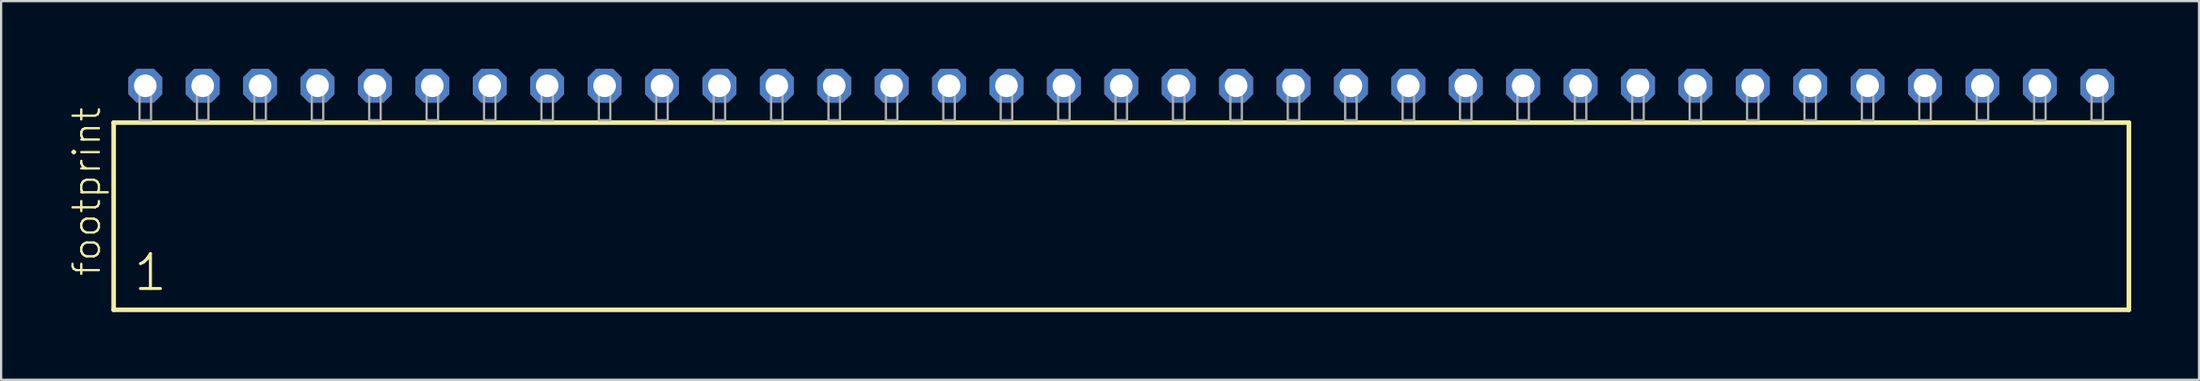
<source format=kicad_pcb>
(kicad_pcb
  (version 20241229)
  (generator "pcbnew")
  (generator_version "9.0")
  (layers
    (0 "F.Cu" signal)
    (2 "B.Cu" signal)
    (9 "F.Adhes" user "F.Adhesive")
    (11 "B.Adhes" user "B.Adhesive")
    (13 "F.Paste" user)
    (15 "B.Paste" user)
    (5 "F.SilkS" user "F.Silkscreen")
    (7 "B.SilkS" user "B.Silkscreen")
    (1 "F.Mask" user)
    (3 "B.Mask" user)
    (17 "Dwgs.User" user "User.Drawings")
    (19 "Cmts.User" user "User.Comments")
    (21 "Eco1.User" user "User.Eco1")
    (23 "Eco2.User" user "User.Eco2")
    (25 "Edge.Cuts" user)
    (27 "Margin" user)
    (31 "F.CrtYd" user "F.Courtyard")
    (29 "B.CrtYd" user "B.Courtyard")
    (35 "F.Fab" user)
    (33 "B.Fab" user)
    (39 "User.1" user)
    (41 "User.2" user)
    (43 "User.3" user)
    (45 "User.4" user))
  (footprint "footprint"
    (layer "F.Cu")
    (at 46.558 2.274)
    (property "Reference" "footprint" (at -45.085 6.985 90) (layer "F.SilkS") (effects (font (size 1.168 1.168) (thickness 0.102)) (justify left bottom)))
    (fp_line (start -44.579 0.106) (end -44.579 8.396) (stroke (width 0.203) (type solid)) (layer "F.SilkS"))
    (fp_line (start -44.579 8.396) (end 44.579 8.396) (stroke (width 0.203) (type solid)) (layer "F.SilkS"))
    (fp_line (start 44.579 0.106) (end -44.579 0.106) (stroke (width 0.203) (type solid)) (layer "F.SilkS"))
    (fp_line (start 44.579 8.396) (end 44.579 0.106) (stroke (width 0.203) (type solid)) (layer "F.SilkS"))
    (fp_poly (pts (xy -43.434 0) (xy -42.926 0) (xy -42.926 -1.778) (xy -43.434 -1.778)) (stroke (width 0.1) (type solid)) (fill no) (layer "F.Fab"))
    (fp_poly (pts (xy -40.894 0) (xy -40.386 0) (xy -40.386 -1.778) (xy -40.894 -1.778)) (stroke (width 0.1) (type solid)) (fill no) (layer "F.Fab"))
    (fp_poly (pts (xy -38.354 0) (xy -37.846 0) (xy -37.846 -1.778) (xy -38.354 -1.778)) (stroke (width 0.1) (type solid)) (fill no) (layer "F.Fab"))
    (fp_poly (pts (xy -35.814 0) (xy -35.306 0) (xy -35.306 -1.778) (xy -35.814 -1.778)) (stroke (width 0.1) (type solid)) (fill no) (layer "F.Fab"))
    (fp_poly (pts (xy -33.274 0) (xy -32.766 0) (xy -32.766 -1.778) (xy -33.274 -1.778)) (stroke (width 0.1) (type solid)) (fill no) (layer "F.Fab"))
    (fp_poly (pts (xy -30.734 0) (xy -30.226 0) (xy -30.226 -1.778) (xy -30.734 -1.778)) (stroke (width 0.1) (type solid)) (fill no) (layer "F.Fab"))
    (fp_poly (pts (xy -28.194 0) (xy -27.686 0) (xy -27.686 -1.778) (xy -28.194 -1.778)) (stroke (width 0.1) (type solid)) (fill no) (layer "F.Fab"))
    (fp_poly (pts (xy -25.654 0) (xy -25.146 0) (xy -25.146 -1.778) (xy -25.654 -1.778)) (stroke (width 0.1) (type solid)) (fill no) (layer "F.Fab"))
    (fp_poly (pts (xy -23.114 0) (xy -22.606 0) (xy -22.606 -1.778) (xy -23.114 -1.778)) (stroke (width 0.1) (type solid)) (fill no) (layer "F.Fab"))
    (fp_poly (pts (xy -20.574 0) (xy -20.066 0) (xy -20.066 -1.778) (xy -20.574 -1.778)) (stroke (width 0.1) (type solid)) (fill no) (layer "F.Fab"))
    (fp_poly (pts (xy -18.034 0) (xy -17.526 0) (xy -17.526 -1.778) (xy -18.034 -1.778)) (stroke (width 0.1) (type solid)) (fill no) (layer "F.Fab"))
    (fp_poly (pts (xy -15.494 0) (xy -14.986 0) (xy -14.986 -1.778) (xy -15.494 -1.778)) (stroke (width 0.1) (type solid)) (fill no) (layer "F.Fab"))
    (fp_poly (pts (xy -12.954 0) (xy -12.446 0) (xy -12.446 -1.778) (xy -12.954 -1.778)) (stroke (width 0.1) (type solid)) (fill no) (layer "F.Fab"))
    (fp_poly (pts (xy -10.414 0) (xy -9.906 0) (xy -9.906 -1.778) (xy -10.414 -1.778)) (stroke (width 0.1) (type solid)) (fill no) (layer "F.Fab"))
    (fp_poly (pts (xy -7.874 0) (xy -7.366 0) (xy -7.366 -1.778) (xy -7.874 -1.778)) (stroke (width 0.1) (type solid)) (fill no) (layer "F.Fab"))
    (fp_poly (pts (xy -5.334 0) (xy -4.826 0) (xy -4.826 -1.778) (xy -5.334 -1.778)) (stroke (width 0.1) (type solid)) (fill no) (layer "F.Fab"))
    (fp_poly (pts (xy -2.794 0) (xy -2.286 0) (xy -2.286 -1.778) (xy -2.794 -1.778)) (stroke (width 0.1) (type solid)) (fill no) (layer "F.Fab"))
    (fp_poly (pts (xy -0.254 0) (xy 0.254 0) (xy 0.254 -1.778) (xy -0.254 -1.778)) (stroke (width 0.1) (type solid)) (fill no) (layer "F.Fab"))
    (fp_poly (pts (xy 2.286 0) (xy 2.794 0) (xy 2.794 -1.778) (xy 2.286 -1.778)) (stroke (width 0.1) (type solid)) (fill no) (layer "F.Fab"))
    (fp_poly (pts (xy 4.826 0) (xy 5.334 0) (xy 5.334 -1.778) (xy 4.826 -1.778)) (stroke (width 0.1) (type solid)) (fill no) (layer "F.Fab"))
    (fp_poly (pts (xy 7.366 0) (xy 7.874 0) (xy 7.874 -1.778) (xy 7.366 -1.778)) (stroke (width 0.1) (type solid)) (fill no) (layer "F.Fab"))
    (fp_poly (pts (xy 9.906 0) (xy 10.414 0) (xy 10.414 -1.778) (xy 9.906 -1.778)) (stroke (width 0.1) (type solid)) (fill no) (layer "F.Fab"))
    (fp_poly (pts (xy 12.446 0) (xy 12.954 0) (xy 12.954 -1.778) (xy 12.446 -1.778)) (stroke (width 0.1) (type solid)) (fill no) (layer "F.Fab"))
    (fp_poly (pts (xy 14.986 0) (xy 15.494 0) (xy 15.494 -1.778) (xy 14.986 -1.778)) (stroke (width 0.1) (type solid)) (fill no) (layer "F.Fab"))
    (fp_poly (pts (xy 17.526 0) (xy 18.034 0) (xy 18.034 -1.778) (xy 17.526 -1.778)) (stroke (width 0.1) (type solid)) (fill no) (layer "F.Fab"))
    (fp_poly (pts (xy 20.066 0) (xy 20.574 0) (xy 20.574 -1.778) (xy 20.066 -1.778)) (stroke (width 0.1) (type solid)) (fill no) (layer "F.Fab"))
    (fp_poly (pts (xy 22.606 0) (xy 23.114 0) (xy 23.114 -1.778) (xy 22.606 -1.778)) (stroke (width 0.1) (type solid)) (fill no) (layer "F.Fab"))
    (fp_poly (pts (xy 25.146 0) (xy 25.654 0) (xy 25.654 -1.778) (xy 25.146 -1.778)) (stroke (width 0.1) (type solid)) (fill no) (layer "F.Fab"))
    (fp_poly (pts (xy 27.686 0) (xy 28.194 0) (xy 28.194 -1.778) (xy 27.686 -1.778)) (stroke (width 0.1) (type solid)) (fill no) (layer "F.Fab"))
    (fp_poly (pts (xy 30.226 0) (xy 30.734 0) (xy 30.734 -1.778) (xy 30.226 -1.778)) (stroke (width 0.1) (type solid)) (fill no) (layer "F.Fab"))
    (fp_poly (pts (xy 32.766 0) (xy 33.274 0) (xy 33.274 -1.778) (xy 32.766 -1.778)) (stroke (width 0.1) (type solid)) (fill no) (layer "F.Fab"))
    (fp_poly (pts (xy 35.306 0) (xy 35.814 0) (xy 35.814 -1.778) (xy 35.306 -1.778)) (stroke (width 0.1) (type solid)) (fill no) (layer "F.Fab"))
    (fp_poly (pts (xy 37.846 0) (xy 38.354 0) (xy 38.354 -1.778) (xy 37.846 -1.778)) (stroke (width 0.1) (type solid)) (fill no) (layer "F.Fab"))
    (fp_poly (pts (xy 40.386 0) (xy 40.894 0) (xy 40.894 -1.778) (xy 40.386 -1.778)) (stroke (width 0.1) (type solid)) (fill no) (layer "F.Fab"))
    (fp_poly (pts (xy 42.926 0) (xy 43.434 0) (xy 43.434 -1.778) (xy 42.926 -1.778)) (stroke (width 0.1) (type solid)) (fill no) (layer "F.Fab"))
    (fp_text user "1" (at -43.775 7.65 0) (layer "F.SilkS") (effects (font (size 1.542 1.542) (thickness 0.134)) (justify left bottom)))
    (pad "1" thru_hole roundrect (at -43.18 -1.524) (size 1.5 1.5) (drill 1) (layers "*.Cu" "*.Mask") (roundrect_rratio 0.25) (chamfer_ratio 0.25) (chamfer top_left top_right bottom_left bottom_right))
    (pad "2" thru_hole roundrect (at -40.64 -1.524) (size 1.5 1.5) (drill 1) (layers "*.Cu" "*.Mask") (roundrect_rratio 0.25) (chamfer_ratio 0.25) (chamfer top_left top_right bottom_left bottom_right))
    (pad "3" thru_hole roundrect (at -38.1 -1.524) (size 1.5 1.5) (drill 1) (layers "*.Cu" "*.Mask") (roundrect_rratio 0.25) (chamfer_ratio 0.25) (chamfer top_left top_right bottom_left bottom_right))
    (pad "4" thru_hole roundrect (at -35.56 -1.524) (size 1.5 1.5) (drill 1) (layers "*.Cu" "*.Mask") (roundrect_rratio 0.25) (chamfer_ratio 0.25) (chamfer top_left top_right bottom_left bottom_right))
    (pad "5" thru_hole roundrect (at -33.02 -1.524) (size 1.5 1.5) (drill 1) (layers "*.Cu" "*.Mask") (roundrect_rratio 0.25) (chamfer_ratio 0.25) (chamfer top_left top_right bottom_left bottom_right))
    (pad "6" thru_hole roundrect (at -30.48 -1.524) (size 1.5 1.5) (drill 1) (layers "*.Cu" "*.Mask") (roundrect_rratio 0.25) (chamfer_ratio 0.25) (chamfer top_left top_right bottom_left bottom_right))
    (pad "7" thru_hole roundrect (at -27.94 -1.524) (size 1.5 1.5) (drill 1) (layers "*.Cu" "*.Mask") (roundrect_rratio 0.25) (chamfer_ratio 0.25) (chamfer top_left top_right bottom_left bottom_right))
    (pad "8" thru_hole roundrect (at -25.4 -1.524) (size 1.5 1.5) (drill 1) (layers "*.Cu" "*.Mask") (roundrect_rratio 0.25) (chamfer_ratio 0.25) (chamfer top_left top_right bottom_left bottom_right))
    (pad "9" thru_hole roundrect (at -22.86 -1.524) (size 1.5 1.5) (drill 1) (layers "*.Cu" "*.Mask") (roundrect_rratio 0.25) (chamfer_ratio 0.25) (chamfer top_left top_right bottom_left bottom_right))
    (pad "10" thru_hole roundrect (at -20.32 -1.524) (size 1.5 1.5) (drill 1) (layers "*.Cu" "*.Mask") (roundrect_rratio 0.25) (chamfer_ratio 0.25) (chamfer top_left top_right bottom_left bottom_right))
    (pad "11" thru_hole roundrect (at -17.78 -1.524) (size 1.5 1.5) (drill 1) (layers "*.Cu" "*.Mask") (roundrect_rratio 0.25) (chamfer_ratio 0.25) (chamfer top_left top_right bottom_left bottom_right))
    (pad "12" thru_hole roundrect (at -15.24 -1.524) (size 1.5 1.5) (drill 1) (layers "*.Cu" "*.Mask") (roundrect_rratio 0.25) (chamfer_ratio 0.25) (chamfer top_left top_right bottom_left bottom_right))
    (pad "13" thru_hole roundrect (at -12.7 -1.524) (size 1.5 1.5) (drill 1) (layers "*.Cu" "*.Mask") (roundrect_rratio 0.25) (chamfer_ratio 0.25) (chamfer top_left top_right bottom_left bottom_right))
    (pad "14" thru_hole roundrect (at -10.16 -1.524) (size 1.5 1.5) (drill 1) (layers "*.Cu" "*.Mask") (roundrect_rratio 0.25) (chamfer_ratio 0.25) (chamfer top_left top_right bottom_left bottom_right))
    (pad "15" thru_hole roundrect (at -7.62 -1.524) (size 1.5 1.5) (drill 1) (layers "*.Cu" "*.Mask") (roundrect_rratio 0.25) (chamfer_ratio 0.25) (chamfer top_left top_right bottom_left bottom_right))
    (pad "16" thru_hole roundrect (at -5.08 -1.524) (size 1.5 1.5) (drill 1) (layers "*.Cu" "*.Mask") (roundrect_rratio 0.25) (chamfer_ratio 0.25) (chamfer top_left top_right bottom_left bottom_right))
    (pad "17" thru_hole roundrect (at -2.54 -1.524) (size 1.5 1.5) (drill 1) (layers "*.Cu" "*.Mask") (roundrect_rratio 0.25) (chamfer_ratio 0.25) (chamfer top_left top_right bottom_left bottom_right))
    (pad "18" thru_hole roundrect (at 0 -1.524) (size 1.5 1.5) (drill 1) (layers "*.Cu" "*.Mask") (roundrect_rratio 0.25) (chamfer_ratio 0.25) (chamfer top_left top_right bottom_left bottom_right))
    (pad "19" thru_hole roundrect (at 2.54 -1.524) (size 1.5 1.5) (drill 1) (layers "*.Cu" "*.Mask") (roundrect_rratio 0.25) (chamfer_ratio 0.25) (chamfer top_left top_right bottom_left bottom_right))
    (pad "20" thru_hole roundrect (at 5.08 -1.524) (size 1.5 1.5) (drill 1) (layers "*.Cu" "*.Mask") (roundrect_rratio 0.25) (chamfer_ratio 0.25) (chamfer top_left top_right bottom_left bottom_right))
    (pad "21" thru_hole roundrect (at 7.62 -1.524) (size 1.5 1.5) (drill 1) (layers "*.Cu" "*.Mask") (roundrect_rratio 0.25) (chamfer_ratio 0.25) (chamfer top_left top_right bottom_left bottom_right))
    (pad "22" thru_hole roundrect (at 10.16 -1.524) (size 1.5 1.5) (drill 1) (layers "*.Cu" "*.Mask") (roundrect_rratio 0.25) (chamfer_ratio 0.25) (chamfer top_left top_right bottom_left bottom_right))
    (pad "23" thru_hole roundrect (at 12.7 -1.524) (size 1.5 1.5) (drill 1) (layers "*.Cu" "*.Mask") (roundrect_rratio 0.25) (chamfer_ratio 0.25) (chamfer top_left top_right bottom_left bottom_right))
    (pad "24" thru_hole roundrect (at 15.24 -1.524) (size 1.5 1.5) (drill 1) (layers "*.Cu" "*.Mask") (roundrect_rratio 0.25) (chamfer_ratio 0.25) (chamfer top_left top_right bottom_left bottom_right))
    (pad "25" thru_hole roundrect (at 17.78 -1.524) (size 1.5 1.5) (drill 1) (layers "*.Cu" "*.Mask") (roundrect_rratio 0.25) (chamfer_ratio 0.25) (chamfer top_left top_right bottom_left bottom_right))
    (pad "26" thru_hole roundrect (at 20.32 -1.524) (size 1.5 1.5) (drill 1) (layers "*.Cu" "*.Mask") (roundrect_rratio 0.25) (chamfer_ratio 0.25) (chamfer top_left top_right bottom_left bottom_right))
    (pad "27" thru_hole roundrect (at 22.86 -1.524) (size 1.5 1.5) (drill 1) (layers "*.Cu" "*.Mask") (roundrect_rratio 0.25) (chamfer_ratio 0.25) (chamfer top_left top_right bottom_left bottom_right))
    (pad "28" thru_hole roundrect (at 25.4 -1.524) (size 1.5 1.5) (drill 1) (layers "*.Cu" "*.Mask") (roundrect_rratio 0.25) (chamfer_ratio 0.25) (chamfer top_left top_right bottom_left bottom_right))
    (pad "29" thru_hole roundrect (at 27.94 -1.524) (size 1.5 1.5) (drill 1) (layers "*.Cu" "*.Mask") (roundrect_rratio 0.25) (chamfer_ratio 0.25) (chamfer top_left top_right bottom_left bottom_right))
    (pad "30" thru_hole roundrect (at 30.48 -1.524) (size 1.5 1.5) (drill 1) (layers "*.Cu" "*.Mask") (roundrect_rratio 0.25) (chamfer_ratio 0.25) (chamfer top_left top_right bottom_left bottom_right))
    (pad "31" thru_hole roundrect (at 33.02 -1.524) (size 1.5 1.5) (drill 1) (layers "*.Cu" "*.Mask") (roundrect_rratio 0.25) (chamfer_ratio 0.25) (chamfer top_left top_right bottom_left bottom_right))
    (pad "32" thru_hole roundrect (at 35.56 -1.524) (size 1.5 1.5) (drill 1) (layers "*.Cu" "*.Mask") (roundrect_rratio 0.25) (chamfer_ratio 0.25) (chamfer top_left top_right bottom_left bottom_right))
    (pad "33" thru_hole roundrect (at 38.1 -1.524) (size 1.5 1.5) (drill 1) (layers "*.Cu" "*.Mask") (roundrect_rratio 0.25) (chamfer_ratio 0.25) (chamfer top_left top_right bottom_left bottom_right))
    (pad "34" thru_hole roundrect (at 40.64 -1.524) (size 1.5 1.5) (drill 1) (layers "*.Cu" "*.Mask") (roundrect_rratio 0.25) (chamfer_ratio 0.25) (chamfer top_left top_right bottom_left bottom_right))
    (pad "35" thru_hole roundrect (at 43.18 -1.524) (size 1.5 1.5) (drill 1) (layers "*.Cu" "*.Mask") (roundrect_rratio 0.25) (chamfer_ratio 0.25) (chamfer top_left top_right bottom_left bottom_right)))
  (gr_rect
    (start -3 -3)
    (end 94.239 13.772)
    (stroke (width 0.1) (type default))
    (fill no)
    (layer "Edge.Cuts")))
</source>
